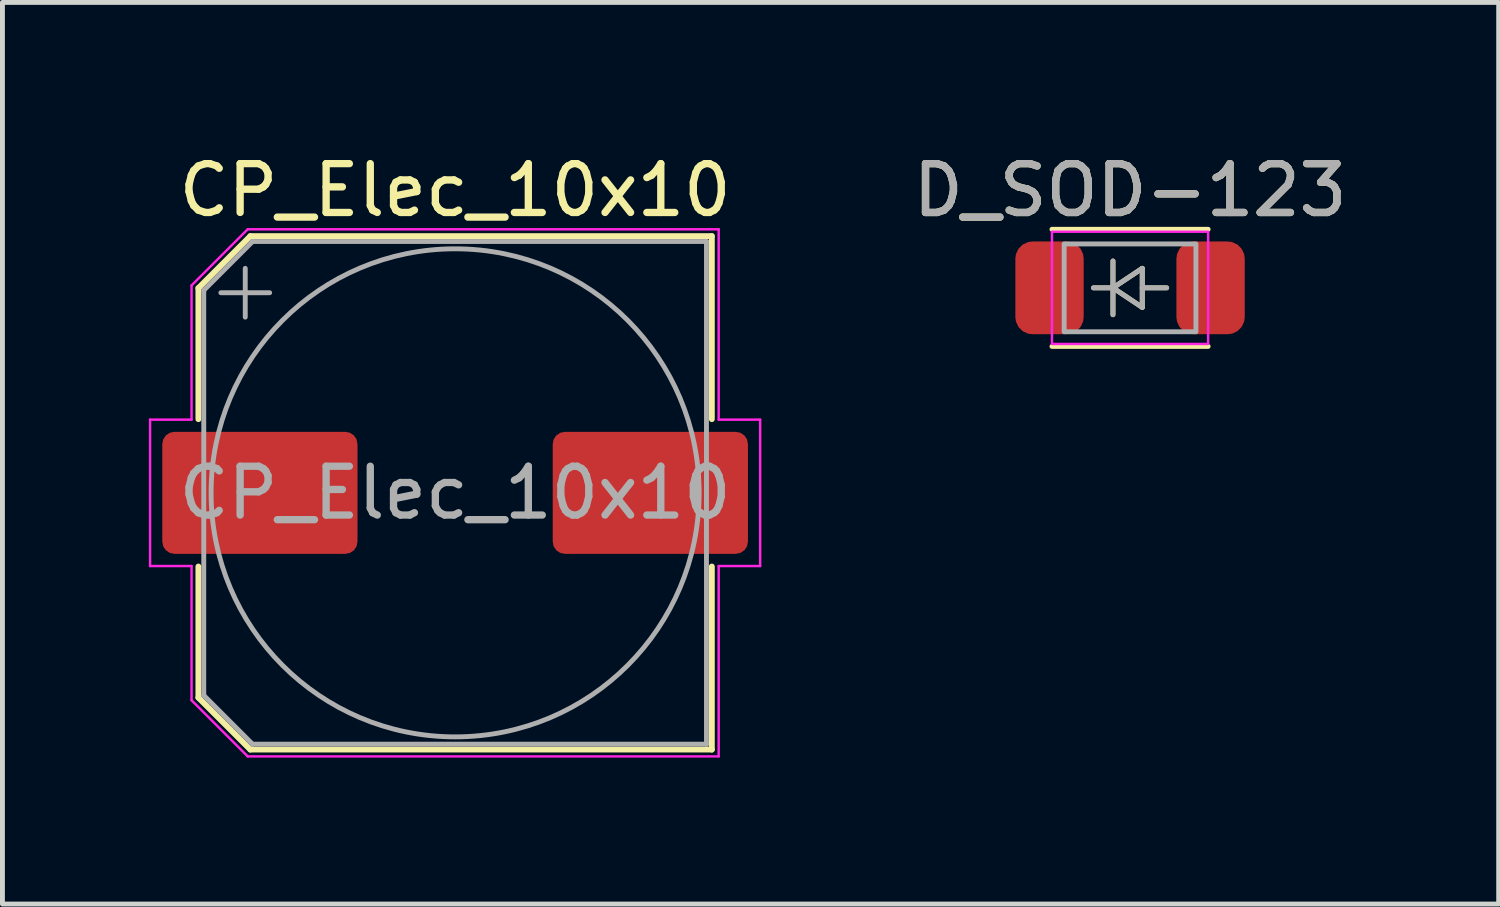
<source format=kicad_pcb>
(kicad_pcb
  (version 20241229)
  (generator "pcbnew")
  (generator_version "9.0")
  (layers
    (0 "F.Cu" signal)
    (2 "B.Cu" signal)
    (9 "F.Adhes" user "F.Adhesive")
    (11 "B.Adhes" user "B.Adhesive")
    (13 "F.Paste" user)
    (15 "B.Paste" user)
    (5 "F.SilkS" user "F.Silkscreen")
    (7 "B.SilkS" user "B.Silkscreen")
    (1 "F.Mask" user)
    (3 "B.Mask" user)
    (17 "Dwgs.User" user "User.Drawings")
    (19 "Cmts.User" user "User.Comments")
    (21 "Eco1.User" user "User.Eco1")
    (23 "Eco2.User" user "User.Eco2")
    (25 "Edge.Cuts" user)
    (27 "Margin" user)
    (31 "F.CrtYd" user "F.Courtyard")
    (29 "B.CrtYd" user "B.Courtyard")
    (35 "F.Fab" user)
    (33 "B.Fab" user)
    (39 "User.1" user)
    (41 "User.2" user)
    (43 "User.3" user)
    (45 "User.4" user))
  (footprint "D_SOD-123"
    (layer "F.Cu")
    (at 20.104 2.848)
    (property "Reference" "D_SOD-123" (at 0 -2 0) (layer "F.SilkS") (effects (font (size 1 1) (thickness 0.15))))
    (attr smd)
    (fp_line (start -1.6 -1.2) (end 1.6 -1.2) (stroke (width 0.1) (type default)) (layer "F.SilkS"))
    (fp_line (start -1.6 1.2) (end 1.6 1.2) (stroke (width 0.1) (type default)) (layer "F.SilkS"))
    (fp_line (start -0.75 0) (end -0.35 0) (stroke (width 0.1) (type solid)) (layer "F.SilkS"))
    (fp_line (start -0.35 0) (end -0.35 -0.55) (stroke (width 0.1) (type solid)) (layer "F.SilkS"))
    (fp_line (start -0.35 0) (end -0.35 0.55) (stroke (width 0.1) (type solid)) (layer "F.SilkS"))
    (fp_line (start -0.35 0) (end 0.25 -0.4) (stroke (width 0.1) (type solid)) (layer "F.SilkS"))
    (fp_line (start 0.25 -0.4) (end 0.25 0.4) (stroke (width 0.1) (type solid)) (layer "F.SilkS"))
    (fp_line (start 0.25 0) (end 0.75 0) (stroke (width 0.1) (type solid)) (layer "F.SilkS"))
    (fp_line (start 0.25 0.4) (end -0.35 0) (stroke (width 0.1) (type solid)) (layer "F.SilkS"))
    (fp_rect (start -1.6 -1.15) (end 1.6 1.15) (stroke (width 0.05) (type solid)) (fill no) (layer "F.CrtYd"))
    (fp_line (start -0.75 0) (end -0.35 0) (stroke (width 0.1) (type solid)) (layer "F.Fab"))
    (fp_line (start -0.35 0) (end -0.35 -0.55) (stroke (width 0.1) (type solid)) (layer "F.Fab"))
    (fp_line (start -0.35 0) (end -0.35 0.55) (stroke (width 0.1) (type solid)) (layer "F.Fab"))
    (fp_line (start -0.35 0) (end 0.25 -0.4) (stroke (width 0.1) (type solid)) (layer "F.Fab"))
    (fp_line (start 0.25 -0.4) (end 0.25 0.4) (stroke (width 0.1) (type solid)) (layer "F.Fab"))
    (fp_line (start 0.25 0) (end 0.75 0) (stroke (width 0.1) (type solid)) (layer "F.Fab"))
    (fp_line (start 0.25 0.4) (end -0.35 0) (stroke (width 0.1) (type solid)) (layer "F.Fab"))
    (fp_rect (start -1.35 -0.9) (end 1.35 0.9) (stroke (width 0.1) (type solid)) (fill no) (layer "F.Fab"))
    (fp_text user "${REFERENCE}" (at 0 -2 0) (layer "F.Fab") (effects (font (size 1 1) (thickness 0.15))))
    (pad "1" smd roundrect (at -1.65 0) (size 1.4 1.9) (layers "F.Cu" "F.Mask" "F.Paste") (roundrect_rratio 0.25))
    (pad "2" smd roundrect (at 1.65 0) (size 1.4 1.9) (layers "F.Cu" "F.Mask" "F.Paste") (roundrect_rratio 0.25)))
  (footprint "CP_Elec_10x10"
    (layer "F.Cu")
    (at 6.275 7.048)
    (property "Reference" "CP_Elec_10x10" (at 0 -6.2 0) (layer "F.SilkS") (effects (font (size 1 1) (thickness 0.15))))
    (attr smd)
    (fp_line (start -5.26 -4.196) (end -5.26 -1.51) (stroke (width 0.12) (type solid)) (layer "F.SilkS"))
    (fp_line (start -5.26 -4.196) (end -4.196 -5.26) (stroke (width 0.12) (type solid)) (layer "F.SilkS"))
    (fp_line (start -5.26 4.196) (end -5.26 1.51) (stroke (width 0.12) (type solid)) (layer "F.SilkS"))
    (fp_line (start -5.26 4.196) (end -4.196 5.26) (stroke (width 0.12) (type solid)) (layer "F.SilkS"))
    (fp_line (start -4.196 -5.26) (end 5.26 -5.26) (stroke (width 0.12) (type solid)) (layer "F.SilkS"))
    (fp_line (start -4.196 5.26) (end 5.26 5.26) (stroke (width 0.12) (type solid)) (layer "F.SilkS"))
    (fp_line (start 5.26 -5.26) (end 5.26 -1.51) (stroke (width 0.12) (type solid)) (layer "F.SilkS"))
    (fp_line (start 5.26 5.26) (end 5.26 1.51) (stroke (width 0.12) (type solid)) (layer "F.SilkS"))
    (fp_line (start -6.25 -1.5) (end -6.25 1.5) (stroke (width 0.05) (type solid)) (layer "F.CrtYd"))
    (fp_line (start -6.25 1.5) (end -5.4 1.5) (stroke (width 0.05) (type solid)) (layer "F.CrtYd"))
    (fp_line (start -5.4 -4.25) (end -5.4 -1.5) (stroke (width 0.05) (type solid)) (layer "F.CrtYd"))
    (fp_line (start -5.4 -4.25) (end -4.25 -5.4) (stroke (width 0.05) (type solid)) (layer "F.CrtYd"))
    (fp_line (start -5.4 -1.5) (end -6.25 -1.5) (stroke (width 0.05) (type solid)) (layer "F.CrtYd"))
    (fp_line (start -5.4 1.5) (end -5.4 4.25) (stroke (width 0.05) (type solid)) (layer "F.CrtYd"))
    (fp_line (start -5.4 4.25) (end -4.25 5.4) (stroke (width 0.05) (type solid)) (layer "F.CrtYd"))
    (fp_line (start -4.25 -5.4) (end 5.4 -5.4) (stroke (width 0.05) (type solid)) (layer "F.CrtYd"))
    (fp_line (start -4.25 5.4) (end 5.4 5.4) (stroke (width 0.05) (type solid)) (layer "F.CrtYd"))
    (fp_line (start 5.4 -5.4) (end 5.4 -1.5) (stroke (width 0.05) (type solid)) (layer "F.CrtYd"))
    (fp_line (start 5.4 -1.5) (end 6.25 -1.5) (stroke (width 0.05) (type solid)) (layer "F.CrtYd"))
    (fp_line (start 5.4 1.5) (end 5.4 5.4) (stroke (width 0.05) (type solid)) (layer "F.CrtYd"))
    (fp_line (start 6.25 -1.5) (end 6.25 1.5) (stroke (width 0.05) (type solid)) (layer "F.CrtYd"))
    (fp_line (start 6.25 1.5) (end 5.4 1.5) (stroke (width 0.05) (type solid)) (layer "F.CrtYd"))
    (fp_line (start -5.15 -4.15) (end -5.15 4.15) (stroke (width 0.1) (type solid)) (layer "F.Fab"))
    (fp_line (start -5.15 -4.15) (end -4.15 -5.15) (stroke (width 0.1) (type solid)) (layer "F.Fab"))
    (fp_line (start -5.15 4.15) (end -4.15 5.15) (stroke (width 0.1) (type solid)) (layer "F.Fab"))
    (fp_line (start -4.8 -4.1) (end -3.8 -4.1) (stroke (width 0.1) (type solid)) (layer "F.Fab"))
    (fp_line (start -4.3 -4.6) (end -4.3 -3.6) (stroke (width 0.1) (type solid)) (layer "F.Fab"))
    (fp_line (start -4.15 -5.15) (end 5.15 -5.15) (stroke (width 0.1) (type solid)) (layer "F.Fab"))
    (fp_line (start -4.15 5.15) (end 5.15 5.15) (stroke (width 0.1) (type solid)) (layer "F.Fab"))
    (fp_line (start 5.15 -5.15) (end 5.15 5.15) (stroke (width 0.1) (type solid)) (layer "F.Fab"))
    (fp_circle (center 0 0) (end 5 0) (stroke (width 0.1) (type solid)) (fill no) (layer "F.Fab"))
    (fp_text user "${REFERENCE}" (at 0 0 0) (layer "F.Fab") (effects (font (size 1 1) (thickness 0.15))))
    (pad "1" smd roundrect (at -4 0) (size 4 2.5) (layers "F.Cu" "F.Mask" "F.Paste") (roundrect_rratio 0.1))
    (pad "2" smd roundrect (at 4 0) (size 4 2.5) (layers "F.Cu" "F.Mask" "F.Paste") (roundrect_rratio 0.1)))
  (gr_rect
    (start -3 -3)
    (end 27.657 15.473)
    (stroke (width 0.1) (type default))
    (fill no)
    (layer "Edge.Cuts")))
</source>
